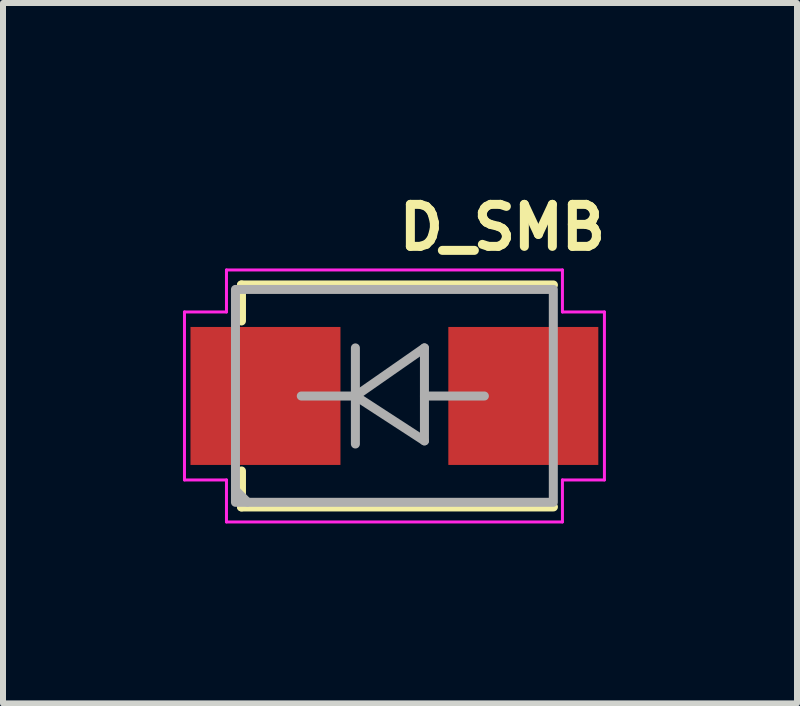
<source format=kicad_pcb>
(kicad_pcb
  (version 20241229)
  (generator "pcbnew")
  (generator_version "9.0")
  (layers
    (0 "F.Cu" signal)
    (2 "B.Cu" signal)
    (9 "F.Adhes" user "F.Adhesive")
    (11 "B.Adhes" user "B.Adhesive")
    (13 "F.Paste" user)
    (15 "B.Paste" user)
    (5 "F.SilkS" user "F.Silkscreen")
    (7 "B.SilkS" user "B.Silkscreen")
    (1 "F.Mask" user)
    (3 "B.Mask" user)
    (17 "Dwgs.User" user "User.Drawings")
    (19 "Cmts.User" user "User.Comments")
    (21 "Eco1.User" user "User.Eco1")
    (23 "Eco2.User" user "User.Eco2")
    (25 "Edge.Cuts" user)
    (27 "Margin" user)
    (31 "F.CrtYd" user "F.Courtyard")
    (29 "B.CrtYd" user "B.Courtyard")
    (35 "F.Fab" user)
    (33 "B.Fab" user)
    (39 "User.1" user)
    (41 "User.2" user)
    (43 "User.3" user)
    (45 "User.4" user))
  (footprint "D_SMB"
    (layer "F.Cu")
    (at 3.525 3.55)
    (property "Reference" "D_SMB" (at 0 -2.4 0) (layer "F.SilkS") (effects (font (size 0.7 0.7) (thickness 0.15)) (justify left bottom)))
    (attr smd)
    (fp_line (start -2.55 -1.85) (end -2.55 -1.25) (stroke (width 0.15) (type solid)) (layer "F.SilkS"))
    (fp_line (start -2.55 -1.85) (end 2.65 -1.85) (stroke (width 0.15) (type solid)) (layer "F.SilkS"))
    (fp_line (start -2.55 1.25) (end -2.55 1.85) (stroke (width 0.15) (type solid)) (layer "F.SilkS"))
    (fp_line (start -2.55 1.85) (end 2.65 1.85) (stroke (width 0.15) (type solid)) (layer "F.SilkS"))
    (fp_line (start -3.5 -1.4) (end -2.8 -1.4) (stroke (width 0.05) (type solid)) (layer "F.CrtYd"))
    (fp_line (start -3.5 1.4) (end -3.5 -1.4) (stroke (width 0.05) (type solid)) (layer "F.CrtYd"))
    (fp_line (start -2.8 -2.1) (end 2.8 -2.1) (stroke (width 0.05) (type solid)) (layer "F.CrtYd"))
    (fp_line (start -2.8 -1.4) (end -2.8 -2.1) (stroke (width 0.05) (type solid)) (layer "F.CrtYd"))
    (fp_line (start -2.8 1.4) (end -3.5 1.4) (stroke (width 0.05) (type solid)) (layer "F.CrtYd"))
    (fp_line (start -2.8 2.1) (end -2.8 1.4) (stroke (width 0.05) (type solid)) (layer "F.CrtYd"))
    (fp_line (start 2.8 -2.1) (end 2.8 -1.4) (stroke (width 0.05) (type solid)) (layer "F.CrtYd"))
    (fp_line (start 2.8 -1.4) (end 3.5 -1.4) (stroke (width 0.05) (type solid)) (layer "F.CrtYd"))
    (fp_line (start 2.8 1.4) (end 2.8 2.1) (stroke (width 0.05) (type solid)) (layer "F.CrtYd"))
    (fp_line (start 2.8 2.1) (end -2.8 2.1) (stroke (width 0.05) (type solid)) (layer "F.CrtYd"))
    (fp_line (start 3.5 -1.4) (end 3.5 1.4) (stroke (width 0.05) (type solid)) (layer "F.CrtYd"))
    (fp_line (start 3.5 1.4) (end 2.8 1.4) (stroke (width 0.05) (type solid)) (layer "F.CrtYd"))
    (fp_line (start -2.65 1.57) (end -2.45 1.77) (stroke (width 0.15) (type solid)) (layer "F.Fab"))
    (fp_line (start -0.651 -0.801) (end -0.651 0.801) (stroke (width 0.15) (type solid)) (layer "F.Fab"))
    (fp_line (start -0.651 0.001) (end -1.553 0.001) (stroke (width 0.15) (type solid)) (layer "F.Fab"))
    (fp_line (start -0.651 0.001) (end 0.5 -0.801) (stroke (width 0.15) (type solid)) (layer "F.Fab"))
    (fp_line (start -0.651 0.001) (end 0.5 0.749) (stroke (width 0.15) (type solid)) (layer "F.Fab"))
    (fp_line (start 0.5 0.001) (end 1.499 0.001) (stroke (width 0.15) (type solid)) (layer "F.Fab"))
    (fp_line (start 0.5 0.749) (end 0.5 -0.801) (stroke (width 0.15) (type solid)) (layer "F.Fab"))
    (fp_rect (start -2.65 -1.776) (end 2.648 1.773) (stroke (width 0.15) (type solid)) (fill no) (layer "F.Fab"))
    (fp_rect (start -2.65 -1.776) (end 2.648 1.773) (stroke (width 0.1) (type solid)) (fill no) (layer "User.5"))
    (fp_line (start -2.65 -1) (end -2.504 -1) (stroke (width 0.02) (type solid)) (layer "User.9"))
    (fp_line (start -2.65 0.998) (end -2.65 -1) (stroke (width 0.02) (type solid)) (layer "User.9"))
    (fp_line (start -2.65 0.998) (end -2.504 0.998) (stroke (width 0.02) (type solid)) (layer "User.9"))
    (fp_line (start -2.504 -1) (end -2.431 -1) (stroke (width 0.02) (type solid)) (layer "User.9"))
    (fp_line (start -2.431 -1.776) (end -2.431 1.773) (stroke (width 0.02) (type solid)) (layer "User.9"))
    (fp_line (start -2.431 -1.776) (end -2.347 -1.692) (stroke (width 0.02) (type solid)) (layer "User.9"))
    (fp_line (start -2.431 0.998) (end -2.504 0.998) (stroke (width 0.02) (type solid)) (layer "User.9"))
    (fp_line (start -2.431 1.773) (end -2.347 1.691) (stroke (width 0.02) (type solid)) (layer "User.9"))
    (fp_line (start -2.431 1.773) (end 2.43 1.773) (stroke (width 0.02) (type solid)) (layer "User.9"))
    (fp_line (start -2.347 -1.692) (end -2.347 1.691) (stroke (width 0.02) (type solid)) (layer "User.9"))
    (fp_line (start -2.347 1.691) (end 2.346 1.691) (stroke (width 0.02) (type solid)) (layer "User.9"))
    (fp_line (start -2.265 -1.609) (end -2.265 1.608) (stroke (width 0.02) (type solid)) (layer "User.9"))
    (fp_line (start -2.265 1.608) (end -1.665 1.608) (stroke (width 0.02) (type solid)) (layer "User.9"))
    (fp_line (start -1.665 -1.609) (end -2.265 -1.609) (stroke (width 0.02) (type solid)) (layer "User.9"))
    (fp_line (start -1.665 1.608) (end -1.665 -1.609) (stroke (width 0.02) (type solid)) (layer "User.9"))
    (fp_line (start 2.346 -1.692) (end -2.347 -1.692) (stroke (width 0.02) (type solid)) (layer "User.9"))
    (fp_line (start 2.346 1.691) (end 2.346 -1.692) (stroke (width 0.02) (type solid)) (layer "User.9"))
    (fp_line (start 2.43 -1.776) (end -2.431 -1.776) (stroke (width 0.02) (type solid)) (layer "User.9"))
    (fp_line (start 2.43 -1.776) (end 2.346 -1.692) (stroke (width 0.02) (type solid)) (layer "User.9"))
    (fp_line (start 2.43 -1) (end 2.503 -1) (stroke (width 0.02) (type solid)) (layer "User.9"))
    (fp_line (start 2.43 1.773) (end 2.346 1.691) (stroke (width 0.02) (type solid)) (layer "User.9"))
    (fp_line (start 2.43 1.773) (end 2.43 -1.776) (stroke (width 0.02) (type solid)) (layer "User.9"))
    (fp_line (start 2.503 0.998) (end 2.43 0.998) (stroke (width 0.02) (type solid)) (layer "User.9"))
    (fp_line (start 2.648 -1) (end 2.503 -1) (stroke (width 0.02) (type solid)) (layer "User.9"))
    (fp_line (start 2.648 -1) (end 2.648 0.998) (stroke (width 0.02) (type solid)) (layer "User.9"))
    (fp_line (start 2.648 -1) (end 2.648 0.998) (stroke (width 0.02) (type solid)) (layer "User.9"))
    (fp_line (start 2.648 0.998) (end 2.503 0.998) (stroke (width 0.02) (type solid)) (layer "User.9"))
    (pad "1" smd rect (at -2.15 0) (size 2.5 2.3) (layers "F.Cu" "F.Mask" "F.Paste"))
    (pad "2" smd rect (at 2.148 0) (size 2.5 2.3) (layers "F.Cu" "F.Mask" "F.Paste")))
  (gr_rect
    (start -3 -3)
    (end 10.235 8.675)
    (stroke (width 0.1) (type default))
    (fill no)
    (layer "Edge.Cuts")))
</source>
